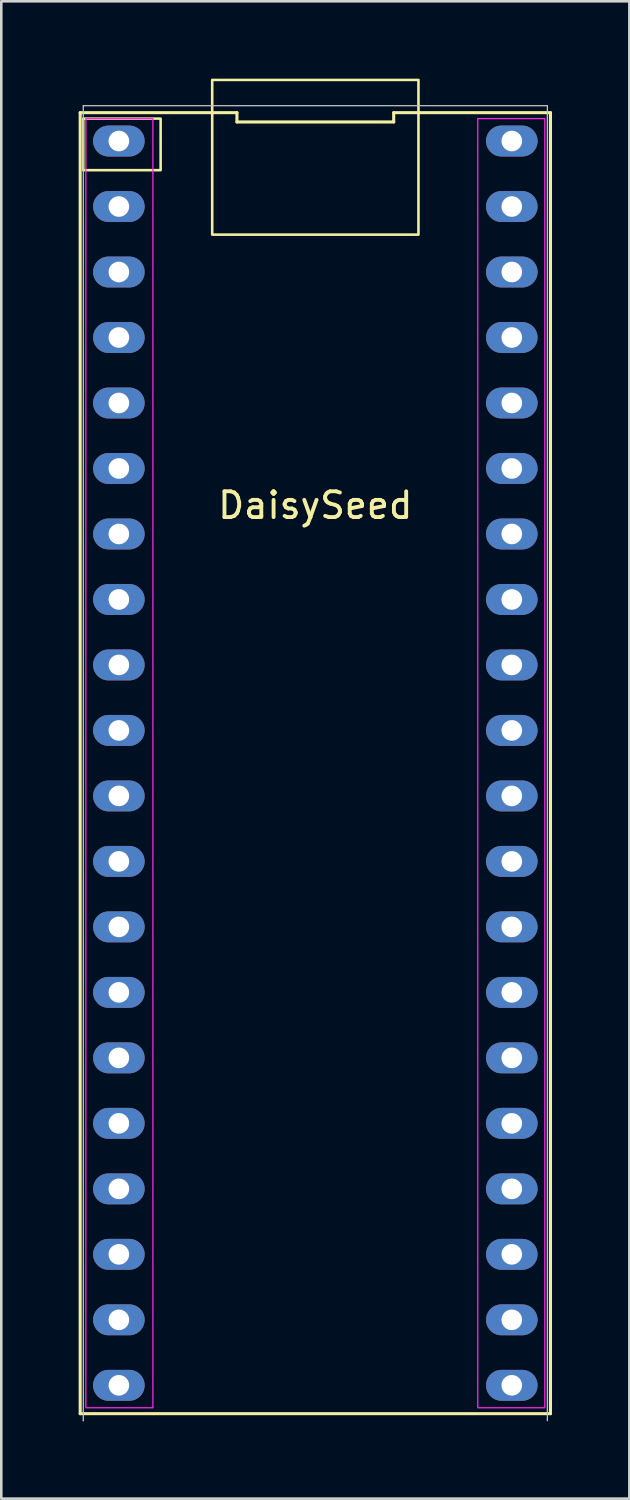
<source format=kicad_pcb>
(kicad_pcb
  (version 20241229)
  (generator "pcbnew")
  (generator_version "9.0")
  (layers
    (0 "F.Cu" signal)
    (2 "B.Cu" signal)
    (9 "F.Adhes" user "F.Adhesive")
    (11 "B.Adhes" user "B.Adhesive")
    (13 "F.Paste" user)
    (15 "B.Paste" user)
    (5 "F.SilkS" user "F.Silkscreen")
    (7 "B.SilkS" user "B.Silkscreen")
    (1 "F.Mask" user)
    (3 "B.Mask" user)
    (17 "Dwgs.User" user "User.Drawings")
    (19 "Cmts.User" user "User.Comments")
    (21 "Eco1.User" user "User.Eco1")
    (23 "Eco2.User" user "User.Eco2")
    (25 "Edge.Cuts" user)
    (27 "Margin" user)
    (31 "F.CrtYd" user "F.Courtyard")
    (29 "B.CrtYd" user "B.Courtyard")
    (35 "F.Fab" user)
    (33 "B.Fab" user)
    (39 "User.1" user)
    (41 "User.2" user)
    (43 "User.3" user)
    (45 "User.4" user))
  (footprint "DaisySeed"
    (layer "F.Cu")
    (at 9.18 26.55)
    (property "Reference" "DaisySeed" (at 0 -10 0) (layer "F.SilkS") (effects (font (size 1 1) (thickness 0.15))))
    (attr through_hole)
    (fp_line (start -9.12 25.23) (end 9.12 25.23) (stroke (width 0.12) (type default)) (layer "F.SilkS"))
    (fp_line (start -9.12 -25.23) (end -9.12 25.23) (stroke (width 0.12) (type default)) (layer "F.SilkS"))
    (fp_line (start -3.04 -25.23) (end -9.12 -25.23) (stroke (width 0.12) (type default)) (layer "F.SilkS"))
    (fp_line (start -3.04 -24.87) (end -3.04 -25.23) (stroke (width 0.12) (type default)) (layer "F.SilkS"))
    (fp_line (start 3.04 -25.23) (end 3.04 -24.87) (stroke (width 0.12) (type default)) (layer "F.SilkS"))
    (fp_line (start 3.04 -24.87) (end -3.04 -24.87) (stroke (width 0.12) (type default)) (layer "F.SilkS"))
    (fp_line (start 9.12 25.23) (end 9.12 -25.23) (stroke (width 0.12) (type default)) (layer "F.SilkS"))
    (fp_line (start 9.12 -25.23) (end 3.04 -25.23) (stroke (width 0.12) (type default)) (layer "F.SilkS"))
    (fp_rect (start -9 -25) (end -6 -23) (stroke (width 0.1) (type solid)) (fill no) (layer "F.SilkS"))
    (fp_rect (start -4 -26.5) (end 4 -20.5) (stroke (width 0.1) (type solid)) (fill no) (layer "F.SilkS"))
    (fp_line (start -9 -25.5) (end 9 -25.5) (stroke (width 0.05) (type solid)) (layer "Dwgs.User"))
    (fp_line (start -9 25.5) (end -9 -25.5) (stroke (width 0.05) (type solid)) (layer "Dwgs.User"))
    (fp_line (start -9 25.5) (end -9 25.5) (stroke (width 0.05) (type solid)) (layer "Dwgs.User"))
    (fp_line (start 9 -25.5) (end 9 25.5) (stroke (width 0.05) (type solid)) (layer "Dwgs.User"))
    (fp_rect (start -8.9 -25) (end -6.3 25) (stroke (width 0.05) (type solid)) (fill no) (layer "F.CrtYd"))
    (fp_rect (start 6.3 -25) (end 8.9 25) (stroke (width 0.05) (type solid)) (fill no) (layer "F.CrtYd"))
    (pad "1" thru_hole oval (at -7.62 -24.13 270) (size 1.2 2) (drill 0.8) (layers "*.Cu" "*.Mask"))
    (pad "2" thru_hole oval (at -7.62 -21.59 270) (size 1.2 2) (drill 0.8) (layers "*.Cu" "*.Mask"))
    (pad "3" thru_hole oval (at -7.62 -19.05 270) (size 1.2 2) (drill 0.8) (layers "*.Cu" "*.Mask"))
    (pad "4" thru_hole oval (at -7.62 -16.51 270) (size 1.2 2) (drill 0.8) (layers "*.Cu" "*.Mask"))
    (pad "5" thru_hole oval (at -7.62 -13.97 270) (size 1.2 2) (drill 0.8) (layers "*.Cu" "*.Mask"))
    (pad "6" thru_hole oval (at -7.62 -11.43 270) (size 1.2 2) (drill 0.8) (layers "*.Cu" "*.Mask"))
    (pad "7" thru_hole oval (at -7.62 -8.89 270) (size 1.2 2) (drill 0.8) (layers "*.Cu" "*.Mask"))
    (pad "8" thru_hole oval (at -7.62 -6.35 270) (size 1.2 2) (drill 0.8) (layers "*.Cu" "*.Mask"))
    (pad "9" thru_hole oval (at -7.62 -3.81 270) (size 1.2 2) (drill 0.8) (layers "*.Cu" "*.Mask"))
    (pad "10" thru_hole oval (at -7.62 -1.27 270) (size 1.2 2) (drill 0.8) (layers "*.Cu" "*.Mask"))
    (pad "11" thru_hole oval (at -7.62 1.27 270) (size 1.2 2) (drill 0.8) (layers "*.Cu" "*.Mask"))
    (pad "12" thru_hole oval (at -7.62 3.81 270) (size 1.2 2) (drill 0.8) (layers "*.Cu" "*.Mask"))
    (pad "13" thru_hole oval (at -7.62 6.35 270) (size 1.2 2) (drill 0.8) (layers "*.Cu" "*.Mask"))
    (pad "14" thru_hole oval (at -7.62 8.89 270) (size 1.2 2) (drill 0.8) (layers "*.Cu" "*.Mask"))
    (pad "15" thru_hole oval (at -7.62 11.43 270) (size 1.2 2) (drill 0.8) (layers "*.Cu" "*.Mask"))
    (pad "16" thru_hole oval (at -7.62 13.97 270) (size 1.2 2) (drill 0.8) (layers "*.Cu" "*.Mask"))
    (pad "17" thru_hole oval (at -7.62 16.51 270) (size 1.2 2) (drill 0.8) (layers "*.Cu" "*.Mask"))
    (pad "18" thru_hole oval (at -7.62 19.05 270) (size 1.2 2) (drill 0.8) (layers "*.Cu" "*.Mask"))
    (pad "19" thru_hole oval (at -7.62 21.59 270) (size 1.2 2) (drill 0.8) (layers "*.Cu" "*.Mask"))
    (pad "20" thru_hole oval (at -7.62 24.13 270) (size 1.2 2) (drill 0.8) (layers "*.Cu" "*.Mask"))
    (pad "21" thru_hole oval (at 7.62 24.13 270) (size 1.2 2) (drill 0.8) (layers "*.Cu" "*.Mask"))
    (pad "22" thru_hole oval (at 7.62 21.59 270) (size 1.2 2) (drill 0.8) (layers "*.Cu" "*.Mask"))
    (pad "23" thru_hole oval (at 7.62 19.05 270) (size 1.2 2) (drill 0.8) (layers "*.Cu" "*.Mask"))
    (pad "24" thru_hole oval (at 7.62 16.51 270) (size 1.2 2) (drill 0.8) (layers "*.Cu" "*.Mask"))
    (pad "25" thru_hole oval (at 7.62 13.97 270) (size 1.2 2) (drill 0.8) (layers "*.Cu" "*.Mask"))
    (pad "26" thru_hole oval (at 7.62 11.43 270) (size 1.2 2) (drill 0.8) (layers "*.Cu" "*.Mask"))
    (pad "27" thru_hole oval (at 7.62 8.89 270) (size 1.2 2) (drill 0.8) (layers "*.Cu" "*.Mask"))
    (pad "28" thru_hole oval (at 7.62 6.35 270) (size 1.2 2) (drill 0.8) (layers "*.Cu" "*.Mask"))
    (pad "29" thru_hole oval (at 7.62 3.81 270) (size 1.2 2) (drill 0.8) (layers "*.Cu" "*.Mask"))
    (pad "30" thru_hole oval (at 7.62 1.27 270) (size 1.2 2) (drill 0.8) (layers "*.Cu" "*.Mask"))
    (pad "31" thru_hole oval (at 7.62 -1.27 270) (size 1.2 2) (drill 0.8) (layers "*.Cu" "*.Mask"))
    (pad "32" thru_hole oval (at 7.62 -3.81 270) (size 1.2 2) (drill 0.8) (layers "*.Cu" "*.Mask"))
    (pad "33" thru_hole oval (at 7.62 -6.35 270) (size 1.2 2) (drill 0.8) (layers "*.Cu" "*.Mask"))
    (pad "34" thru_hole oval (at 7.62 -8.89 270) (size 1.2 2) (drill 0.8) (layers "*.Cu" "*.Mask"))
    (pad "35" thru_hole oval (at 7.62 -11.43 270) (size 1.2 2) (drill 0.8) (layers "*.Cu" "*.Mask"))
    (pad "36" thru_hole oval (at 7.62 -13.97 270) (size 1.2 2) (drill 0.8) (layers "*.Cu" "*.Mask"))
    (pad "37" thru_hole oval (at 7.62 -16.51 270) (size 1.2 2) (drill 0.8) (layers "*.Cu" "*.Mask"))
    (pad "38" thru_hole oval (at 7.62 -19.05 270) (size 1.2 2) (drill 0.8) (layers "*.Cu" "*.Mask"))
    (pad "39" thru_hole oval (at 7.62 -21.59 270) (size 1.2 2) (drill 0.8) (layers "*.Cu" "*.Mask"))
    (pad "40" thru_hole oval (at 7.62 -24.13 270) (size 1.2 2) (drill 0.8) (layers "*.Cu" "*.Mask")))
  (gr_rect
    (start -3 -3)
    (end 21.36 55.075)
    (stroke (width 0.1) (type default))
    (fill no)
    (layer "Edge.Cuts")))
</source>
